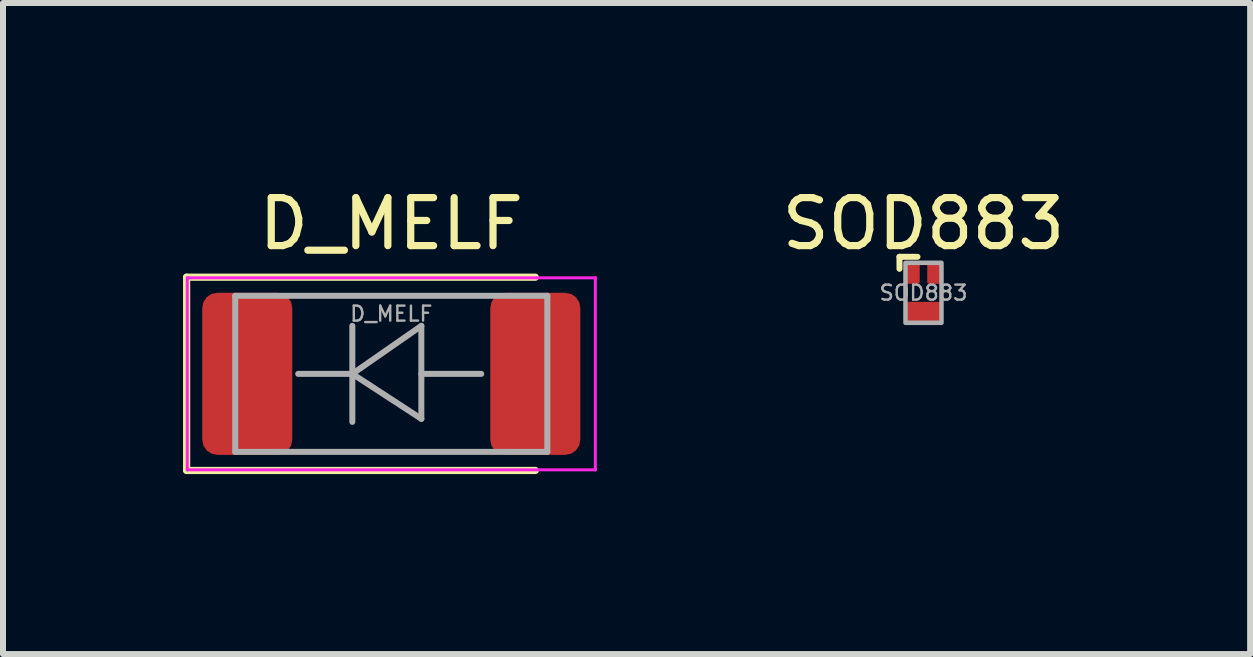
<source format=kicad_pcb>
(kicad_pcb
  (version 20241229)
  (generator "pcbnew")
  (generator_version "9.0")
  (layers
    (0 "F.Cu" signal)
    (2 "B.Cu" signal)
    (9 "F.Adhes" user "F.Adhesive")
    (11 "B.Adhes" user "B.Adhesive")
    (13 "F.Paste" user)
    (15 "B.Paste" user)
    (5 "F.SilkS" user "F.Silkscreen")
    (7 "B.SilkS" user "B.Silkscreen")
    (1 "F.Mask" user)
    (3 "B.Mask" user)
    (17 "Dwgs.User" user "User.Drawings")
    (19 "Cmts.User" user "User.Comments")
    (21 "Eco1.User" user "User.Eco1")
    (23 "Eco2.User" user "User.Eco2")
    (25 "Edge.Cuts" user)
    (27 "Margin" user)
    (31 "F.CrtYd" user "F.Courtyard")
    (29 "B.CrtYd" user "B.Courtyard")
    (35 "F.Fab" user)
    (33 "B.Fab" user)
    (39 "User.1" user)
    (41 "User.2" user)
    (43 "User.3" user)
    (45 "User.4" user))
  (footprint "SOD883"
    (layer "F.Cu")
    (at 12.338 1.829)
    (property "Reference" "SOD883" (at 0 -1.15 0) (unlocked yes) (layer "F.SilkS") (effects (font (size 0.8 0.8) (thickness 0.12))))
    (attr smd)
    (fp_line (start -0.4 -0.6) (end -0.1 -0.6) (stroke (width 0.1) (type solid)) (layer "F.SilkS"))
    (fp_line (start -0.4 -0.4) (end -0.4 -0.6) (stroke (width 0.1) (type solid)) (layer "F.SilkS"))
    (fp_rect (start -0.3 -0.5) (end 0.3 0.5) (stroke (width 0.075) (type solid)) (fill no) (layer "F.Fab"))
    (fp_text user "${REFERENCE}" (at 0 0 0) (unlocked yes) (layer "F.Fab") (effects (font (size 0.25 0.25) (thickness 0.04))))
    (pad "1" smd roundrect (at -0.175 -0.325) (size 0.225 0.35) (layers "F.Cu" "F.Mask" "F.Paste") (roundrect_rratio 0.15))
    (pad "2" smd roundrect (at 0.175 -0.325) (size 0.225 0.35) (layers "F.Cu" "F.Mask" "F.Paste") (roundrect_rratio 0.15))
    (pad "3" smd roundrect (at 0 0.325) (size 0.6 0.35) (layers "F.Cu" "F.Mask" "F.Paste") (roundrect_rratio 0.15)))
  (footprint "D_MELF"
    (layer "F.Cu")
    (at 3.47 3.179)
    (property "Reference" "D_MELF" (at 0 -2.5 0) (layer "F.SilkS") (effects (font (size 0.8 0.8) (thickness 0.12))))
    (attr smd)
    (fp_line (start -3.41 -1.61) (end -3.41 1.61) (stroke (width 0.12) (type solid)) (layer "F.SilkS"))
    (fp_line (start -3.41 1.61) (end 2.4 1.61) (stroke (width 0.12) (type solid)) (layer "F.SilkS"))
    (fp_line (start 2.4 -1.61) (end -3.41 -1.61) (stroke (width 0.12) (type solid)) (layer "F.SilkS"))
    (fp_line (start -3.4 -1.6) (end 3.4 -1.6) (stroke (width 0.05) (type solid)) (layer "F.CrtYd"))
    (fp_line (start -3.4 1.6) (end -3.4 -1.6) (stroke (width 0.05) (type solid)) (layer "F.CrtYd"))
    (fp_line (start 3.4 -1.6) (end 3.4 1.6) (stroke (width 0.05) (type solid)) (layer "F.CrtYd"))
    (fp_line (start 3.4 1.6) (end -3.4 1.6) (stroke (width 0.05) (type solid)) (layer "F.CrtYd"))
    (fp_line (start -2.6 -1.3) (end -2.6 1.3) (stroke (width 0.1) (type solid)) (layer "F.Fab"))
    (fp_line (start -2.6 1.3) (end 2.6 1.3) (stroke (width 0.1) (type solid)) (layer "F.Fab"))
    (fp_line (start -0.649 -0.799) (end -0.649 0.801) (stroke (width 0.1) (type solid)) (layer "F.Fab"))
    (fp_line (start -0.649 0.001) (end -1.551 0.001) (stroke (width 0.1) (type solid)) (layer "F.Fab"))
    (fp_line (start -0.649 0.001) (end 0.501 -0.799) (stroke (width 0.1) (type solid)) (layer "F.Fab"))
    (fp_line (start -0.649 0.001) (end 0.501 0.75) (stroke (width 0.1) (type solid)) (layer "F.Fab"))
    (fp_line (start 0.501 0.001) (end 1.499 0.001) (stroke (width 0.1) (type solid)) (layer "F.Fab"))
    (fp_line (start 0.501 0.75) (end 0.501 -0.799) (stroke (width 0.1) (type solid)) (layer "F.Fab"))
    (fp_line (start 2.6 -1.3) (end -2.6 -1.3) (stroke (width 0.1) (type solid)) (layer "F.Fab"))
    (fp_line (start 2.6 1.3) (end 2.6 -1.3) (stroke (width 0.1) (type solid)) (layer "F.Fab"))
    (fp_text user "${REFERENCE}" (at 0 -1 0) (layer "F.Fab") (effects (font (size 0.25 0.25) (thickness 0.04))))
    (pad "1" smd roundrect (at -2.4 0) (size 1.5 2.7) (layers "F.Cu" "F.Mask" "F.Paste") (roundrect_rratio 0.167))
    (pad "2" smd roundrect (at 2.4 0) (size 1.5 2.7) (layers "F.Cu" "F.Mask" "F.Paste") (roundrect_rratio 0.167)))
  (gr_rect
    (start -3 -3)
    (end 17.781 7.849)
    (stroke (width 0.1) (type default))
    (fill no)
    (layer "Edge.Cuts")))
</source>
